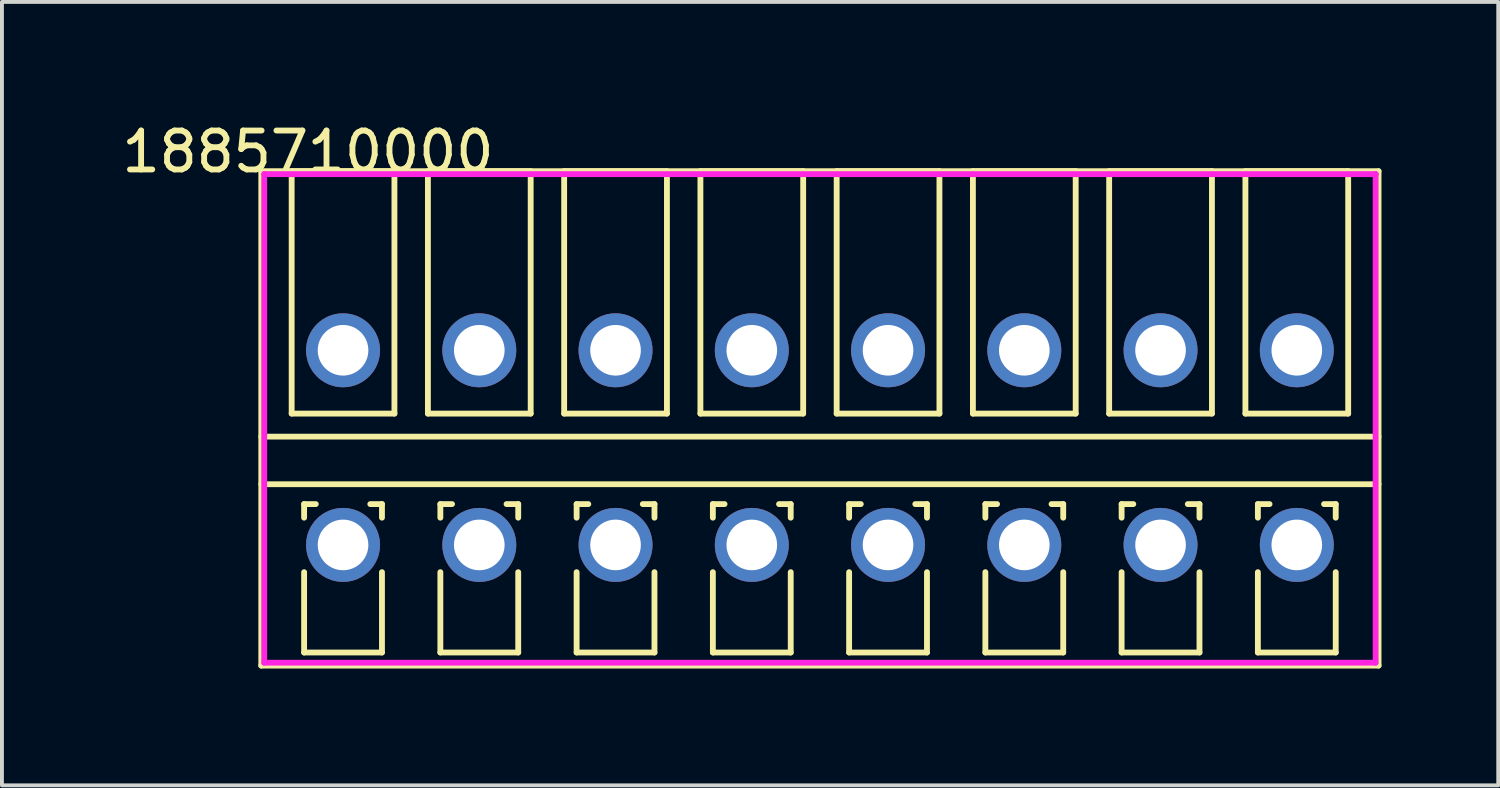
<source format=kicad_pcb>
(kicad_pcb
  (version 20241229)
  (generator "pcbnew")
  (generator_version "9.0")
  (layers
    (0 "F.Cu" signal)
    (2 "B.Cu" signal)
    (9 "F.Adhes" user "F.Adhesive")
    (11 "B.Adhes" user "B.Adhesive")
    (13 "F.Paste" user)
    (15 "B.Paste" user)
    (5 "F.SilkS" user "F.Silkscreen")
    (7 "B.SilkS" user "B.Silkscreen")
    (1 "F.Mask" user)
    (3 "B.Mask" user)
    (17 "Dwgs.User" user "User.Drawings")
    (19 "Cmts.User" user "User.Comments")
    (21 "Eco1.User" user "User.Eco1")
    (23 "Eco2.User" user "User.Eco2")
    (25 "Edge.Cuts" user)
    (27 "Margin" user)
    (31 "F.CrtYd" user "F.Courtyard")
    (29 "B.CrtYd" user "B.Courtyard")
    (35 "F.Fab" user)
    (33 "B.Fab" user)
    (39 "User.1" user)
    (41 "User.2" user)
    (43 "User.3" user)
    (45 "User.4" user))
  (footprint "1885710000"
    (layer "F.Cu")
    (at 18.012 7.698)
    (property "Reference" "1885710000" (at -18.012 -6.85 0) (layer "F.SilkS") (effects (font (size 1 1) (thickness 0.15)) (justify left)))
    (attr through_hole)
    (fp_line (start -14.35 -6.35) (end 14.35 -6.35) (stroke (width 0.15) (type solid)) (layer "F.SilkS"))
    (fp_line (start -14.35 0.468) (end 14.35 0.468) (stroke (width 0.15) (type solid)) (layer "F.SilkS"))
    (fp_line (start -14.35 1.691) (end 14.35 1.691) (stroke (width 0.15) (type solid)) (layer "F.SilkS"))
    (fp_line (start -14.35 6.35) (end -14.35 -6.35) (stroke (width 0.15) (type solid)) (layer "F.SilkS"))
    (fp_line (start -14.35 6.35) (end 14.35 6.35) (stroke (width 0.15) (type solid)) (layer "F.SilkS"))
    (fp_line (start -13.57 -6.35) (end -10.93 -6.35) (stroke (width 0.15) (type solid)) (layer "F.SilkS"))
    (fp_line (start -13.57 -0.124) (end -13.57 -6.35) (stroke (width 0.15) (type solid)) (layer "F.SilkS"))
    (fp_line (start -13.57 -0.124) (end -10.93 -0.124) (stroke (width 0.15) (type solid)) (layer "F.SilkS"))
    (fp_line (start -13.25 2.201) (end -12.95 2.201) (stroke (width 0.15) (type solid)) (layer "F.SilkS"))
    (fp_line (start -13.25 2.55) (end -13.25 2.201) (stroke (width 0.15) (type solid)) (layer "F.SilkS"))
    (fp_line (start -13.25 6.013) (end -13.25 3.95) (stroke (width 0.15) (type solid)) (layer "F.SilkS"))
    (fp_line (start -13.25 6.013) (end -11.25 6.013) (stroke (width 0.15) (type solid)) (layer "F.SilkS"))
    (fp_line (start -11.55 2.201) (end -11.25 2.201) (stroke (width 0.15) (type solid)) (layer "F.SilkS"))
    (fp_line (start -11.25 2.55) (end -11.25 2.201) (stroke (width 0.15) (type solid)) (layer "F.SilkS"))
    (fp_line (start -11.25 6.013) (end -11.25 3.95) (stroke (width 0.15) (type solid)) (layer "F.SilkS"))
    (fp_line (start -10.93 -0.124) (end -10.93 -6.35) (stroke (width 0.15) (type solid)) (layer "F.SilkS"))
    (fp_line (start -10.07 -6.35) (end -7.43 -6.35) (stroke (width 0.15) (type solid)) (layer "F.SilkS"))
    (fp_line (start -10.07 -0.124) (end -10.07 -6.35) (stroke (width 0.15) (type solid)) (layer "F.SilkS"))
    (fp_line (start -10.07 -0.124) (end -7.43 -0.124) (stroke (width 0.15) (type solid)) (layer "F.SilkS"))
    (fp_line (start -9.75 2.201) (end -9.45 2.201) (stroke (width 0.15) (type solid)) (layer "F.SilkS"))
    (fp_line (start -9.75 2.55) (end -9.75 2.201) (stroke (width 0.15) (type solid)) (layer "F.SilkS"))
    (fp_line (start -9.75 6.013) (end -9.75 3.95) (stroke (width 0.15) (type solid)) (layer "F.SilkS"))
    (fp_line (start -9.75 6.013) (end -7.75 6.013) (stroke (width 0.15) (type solid)) (layer "F.SilkS"))
    (fp_line (start -8.05 2.201) (end -7.75 2.201) (stroke (width 0.15) (type solid)) (layer "F.SilkS"))
    (fp_line (start -7.75 2.55) (end -7.75 2.201) (stroke (width 0.15) (type solid)) (layer "F.SilkS"))
    (fp_line (start -7.75 6.013) (end -7.75 3.95) (stroke (width 0.15) (type solid)) (layer "F.SilkS"))
    (fp_line (start -7.43 -0.124) (end -7.43 -6.35) (stroke (width 0.15) (type solid)) (layer "F.SilkS"))
    (fp_line (start -6.57 -6.35) (end -3.93 -6.35) (stroke (width 0.15) (type solid)) (layer "F.SilkS"))
    (fp_line (start -6.57 -0.124) (end -6.57 -6.35) (stroke (width 0.15) (type solid)) (layer "F.SilkS"))
    (fp_line (start -6.57 -0.124) (end -3.93 -0.124) (stroke (width 0.15) (type solid)) (layer "F.SilkS"))
    (fp_line (start -6.25 2.201) (end -5.95 2.201) (stroke (width 0.15) (type solid)) (layer "F.SilkS"))
    (fp_line (start -6.25 2.55) (end -6.25 2.201) (stroke (width 0.15) (type solid)) (layer "F.SilkS"))
    (fp_line (start -6.25 6.013) (end -6.25 3.95) (stroke (width 0.15) (type solid)) (layer "F.SilkS"))
    (fp_line (start -6.25 6.013) (end -4.25 6.013) (stroke (width 0.15) (type solid)) (layer "F.SilkS"))
    (fp_line (start -4.55 2.201) (end -4.25 2.201) (stroke (width 0.15) (type solid)) (layer "F.SilkS"))
    (fp_line (start -4.25 2.55) (end -4.25 2.201) (stroke (width 0.15) (type solid)) (layer "F.SilkS"))
    (fp_line (start -4.25 6.013) (end -4.25 3.95) (stroke (width 0.15) (type solid)) (layer "F.SilkS"))
    (fp_line (start -3.93 -0.124) (end -3.93 -6.35) (stroke (width 0.15) (type solid)) (layer "F.SilkS"))
    (fp_line (start -3.07 -6.35) (end -0.43 -6.35) (stroke (width 0.15) (type solid)) (layer "F.SilkS"))
    (fp_line (start -3.07 -0.124) (end -3.07 -6.35) (stroke (width 0.15) (type solid)) (layer "F.SilkS"))
    (fp_line (start -3.07 -0.124) (end -0.43 -0.124) (stroke (width 0.15) (type solid)) (layer "F.SilkS"))
    (fp_line (start -2.75 2.201) (end -2.45 2.201) (stroke (width 0.15) (type solid)) (layer "F.SilkS"))
    (fp_line (start -2.75 2.55) (end -2.75 2.201) (stroke (width 0.15) (type solid)) (layer "F.SilkS"))
    (fp_line (start -2.75 6.013) (end -2.75 3.95) (stroke (width 0.15) (type solid)) (layer "F.SilkS"))
    (fp_line (start -2.75 6.013) (end -0.75 6.013) (stroke (width 0.15) (type solid)) (layer "F.SilkS"))
    (fp_line (start -1.05 2.201) (end -0.75 2.201) (stroke (width 0.15) (type solid)) (layer "F.SilkS"))
    (fp_line (start -0.75 2.55) (end -0.75 2.201) (stroke (width 0.15) (type solid)) (layer "F.SilkS"))
    (fp_line (start -0.75 6.013) (end -0.75 3.95) (stroke (width 0.15) (type solid)) (layer "F.SilkS"))
    (fp_line (start -0.43 -0.124) (end -0.43 -6.35) (stroke (width 0.15) (type solid)) (layer "F.SilkS"))
    (fp_line (start 0.43 -6.35) (end 3.07 -6.35) (stroke (width 0.15) (type solid)) (layer "F.SilkS"))
    (fp_line (start 0.43 -0.124) (end 0.43 -6.35) (stroke (width 0.15) (type solid)) (layer "F.SilkS"))
    (fp_line (start 0.43 -0.124) (end 3.07 -0.124) (stroke (width 0.15) (type solid)) (layer "F.SilkS"))
    (fp_line (start 0.75 2.201) (end 1.05 2.201) (stroke (width 0.15) (type solid)) (layer "F.SilkS"))
    (fp_line (start 0.75 2.55) (end 0.75 2.201) (stroke (width 0.15) (type solid)) (layer "F.SilkS"))
    (fp_line (start 0.75 6.013) (end 0.75 3.95) (stroke (width 0.15) (type solid)) (layer "F.SilkS"))
    (fp_line (start 0.75 6.013) (end 2.75 6.013) (stroke (width 0.15) (type solid)) (layer "F.SilkS"))
    (fp_line (start 2.45 2.201) (end 2.75 2.201) (stroke (width 0.15) (type solid)) (layer "F.SilkS"))
    (fp_line (start 2.75 2.55) (end 2.75 2.201) (stroke (width 0.15) (type solid)) (layer "F.SilkS"))
    (fp_line (start 2.75 6.013) (end 2.75 3.95) (stroke (width 0.15) (type solid)) (layer "F.SilkS"))
    (fp_line (start 3.07 -0.124) (end 3.07 -6.35) (stroke (width 0.15) (type solid)) (layer "F.SilkS"))
    (fp_line (start 3.93 -6.35) (end 6.57 -6.35) (stroke (width 0.15) (type solid)) (layer "F.SilkS"))
    (fp_line (start 3.93 -0.124) (end 3.93 -6.35) (stroke (width 0.15) (type solid)) (layer "F.SilkS"))
    (fp_line (start 3.93 -0.124) (end 6.57 -0.124) (stroke (width 0.15) (type solid)) (layer "F.SilkS"))
    (fp_line (start 4.25 2.201) (end 4.55 2.201) (stroke (width 0.15) (type solid)) (layer "F.SilkS"))
    (fp_line (start 4.25 2.55) (end 4.25 2.201) (stroke (width 0.15) (type solid)) (layer "F.SilkS"))
    (fp_line (start 4.25 6.013) (end 4.25 3.95) (stroke (width 0.15) (type solid)) (layer "F.SilkS"))
    (fp_line (start 4.25 6.013) (end 6.25 6.013) (stroke (width 0.15) (type solid)) (layer "F.SilkS"))
    (fp_line (start 5.95 2.201) (end 6.25 2.201) (stroke (width 0.15) (type solid)) (layer "F.SilkS"))
    (fp_line (start 6.25 2.55) (end 6.25 2.201) (stroke (width 0.15) (type solid)) (layer "F.SilkS"))
    (fp_line (start 6.25 6.013) (end 6.25 3.95) (stroke (width 0.15) (type solid)) (layer "F.SilkS"))
    (fp_line (start 6.57 -0.124) (end 6.57 -6.35) (stroke (width 0.15) (type solid)) (layer "F.SilkS"))
    (fp_line (start 7.43 -6.35) (end 10.07 -6.35) (stroke (width 0.15) (type solid)) (layer "F.SilkS"))
    (fp_line (start 7.43 -0.124) (end 7.43 -6.35) (stroke (width 0.15) (type solid)) (layer "F.SilkS"))
    (fp_line (start 7.43 -0.124) (end 10.07 -0.124) (stroke (width 0.15) (type solid)) (layer "F.SilkS"))
    (fp_line (start 7.75 2.201) (end 8.05 2.201) (stroke (width 0.15) (type solid)) (layer "F.SilkS"))
    (fp_line (start 7.75 2.55) (end 7.75 2.201) (stroke (width 0.15) (type solid)) (layer "F.SilkS"))
    (fp_line (start 7.75 6.013) (end 7.75 3.95) (stroke (width 0.15) (type solid)) (layer "F.SilkS"))
    (fp_line (start 7.75 6.013) (end 9.75 6.013) (stroke (width 0.15) (type solid)) (layer "F.SilkS"))
    (fp_line (start 9.45 2.201) (end 9.75 2.201) (stroke (width 0.15) (type solid)) (layer "F.SilkS"))
    (fp_line (start 9.75 2.55) (end 9.75 2.201) (stroke (width 0.15) (type solid)) (layer "F.SilkS"))
    (fp_line (start 9.75 6.013) (end 9.75 3.95) (stroke (width 0.15) (type solid)) (layer "F.SilkS"))
    (fp_line (start 10.07 -0.124) (end 10.07 -6.35) (stroke (width 0.15) (type solid)) (layer "F.SilkS"))
    (fp_line (start 10.93 -6.35) (end 13.57 -6.35) (stroke (width 0.15) (type solid)) (layer "F.SilkS"))
    (fp_line (start 10.93 -0.124) (end 10.93 -6.35) (stroke (width 0.15) (type solid)) (layer "F.SilkS"))
    (fp_line (start 10.93 -0.124) (end 13.57 -0.124) (stroke (width 0.15) (type solid)) (layer "F.SilkS"))
    (fp_line (start 11.25 2.201) (end 11.55 2.201) (stroke (width 0.15) (type solid)) (layer "F.SilkS"))
    (fp_line (start 11.25 2.55) (end 11.25 2.201) (stroke (width 0.15) (type solid)) (layer "F.SilkS"))
    (fp_line (start 11.25 6.013) (end 11.25 3.95) (stroke (width 0.15) (type solid)) (layer "F.SilkS"))
    (fp_line (start 11.25 6.013) (end 13.25 6.013) (stroke (width 0.15) (type solid)) (layer "F.SilkS"))
    (fp_line (start 12.95 2.201) (end 13.25 2.201) (stroke (width 0.15) (type solid)) (layer "F.SilkS"))
    (fp_line (start 13.25 2.55) (end 13.25 2.201) (stroke (width 0.15) (type solid)) (layer "F.SilkS"))
    (fp_line (start 13.25 6.013) (end 13.25 3.95) (stroke (width 0.15) (type solid)) (layer "F.SilkS"))
    (fp_line (start 13.57 -0.124) (end 13.57 -6.35) (stroke (width 0.15) (type solid)) (layer "F.SilkS"))
    (fp_line (start 14.35 6.35) (end 14.35 -6.35) (stroke (width 0.15) (type solid)) (layer "F.SilkS"))
    (fp_line (start -14.275 -6.275) (end -14.275 6.275) (stroke (width 0.15) (type solid)) (layer "F.CrtYd"))
    (fp_line (start -14.275 6.275) (end 14.275 6.275) (stroke (width 0.15) (type solid)) (layer "F.CrtYd"))
    (fp_line (start 14.275 -6.275) (end -14.275 -6.275) (stroke (width 0.15) (type solid)) (layer "F.CrtYd"))
    (fp_line (start 14.275 -6.275) (end 14.275 -6.275) (stroke (width 0.15) (type solid)) (layer "F.CrtYd"))
    (fp_line (start 14.275 6.275) (end 14.275 -6.275) (stroke (width 0.15) (type solid)) (layer "F.CrtYd"))
    (pad "A1" thru_hole circle (at -12.25 -1.75) (size 1.9 1.9) (drill 1.3) (layers "*.Cu"))
    (pad "A1" thru_hole circle (at -12.25 3.25) (size 1.9 1.9) (drill 1.3) (layers "*.Cu"))
    (pad "A2" thru_hole circle (at -8.75 -1.75) (size 1.9 1.9) (drill 1.3) (layers "*.Cu"))
    (pad "A2" thru_hole circle (at -8.75 3.25) (size 1.9 1.9) (drill 1.3) (layers "*.Cu"))
    (pad "A3" thru_hole circle (at -5.25 -1.75) (size 1.9 1.9) (drill 1.3) (layers "*.Cu"))
    (pad "A3" thru_hole circle (at -5.25 3.25) (size 1.9 1.9) (drill 1.3) (layers "*.Cu"))
    (pad "A4" thru_hole circle (at -1.75 -1.75) (size 1.9 1.9) (drill 1.3) (layers "*.Cu"))
    (pad "A4" thru_hole circle (at -1.75 3.25) (size 1.9 1.9) (drill 1.3) (layers "*.Cu"))
    (pad "A5" thru_hole circle (at 1.75 -1.75) (size 1.9 1.9) (drill 1.3) (layers "*.Cu"))
    (pad "A5" thru_hole circle (at 1.75 3.25) (size 1.9 1.9) (drill 1.3) (layers "*.Cu"))
    (pad "A6" thru_hole circle (at 5.25 -1.75) (size 1.9 1.9) (drill 1.3) (layers "*.Cu"))
    (pad "A6" thru_hole circle (at 5.25 3.25) (size 1.9 1.9) (drill 1.3) (layers "*.Cu"))
    (pad "A7" thru_hole circle (at 8.75 -1.75) (size 1.9 1.9) (drill 1.3) (layers "*.Cu"))
    (pad "A7" thru_hole circle (at 8.75 3.25) (size 1.9 1.9) (drill 1.3) (layers "*.Cu"))
    (pad "A8" thru_hole circle (at 12.25 -1.75) (size 1.9 1.9) (drill 1.3) (layers "*.Cu"))
    (pad "A8" thru_hole circle (at 12.25 3.25) (size 1.9 1.9) (drill 1.3) (layers "*.Cu")))
  (gr_rect
    (start -3 -3)
    (end 35.437 17.123)
    (stroke (width 0.1) (type default))
    (fill no)
    (layer "Edge.Cuts")))
</source>
